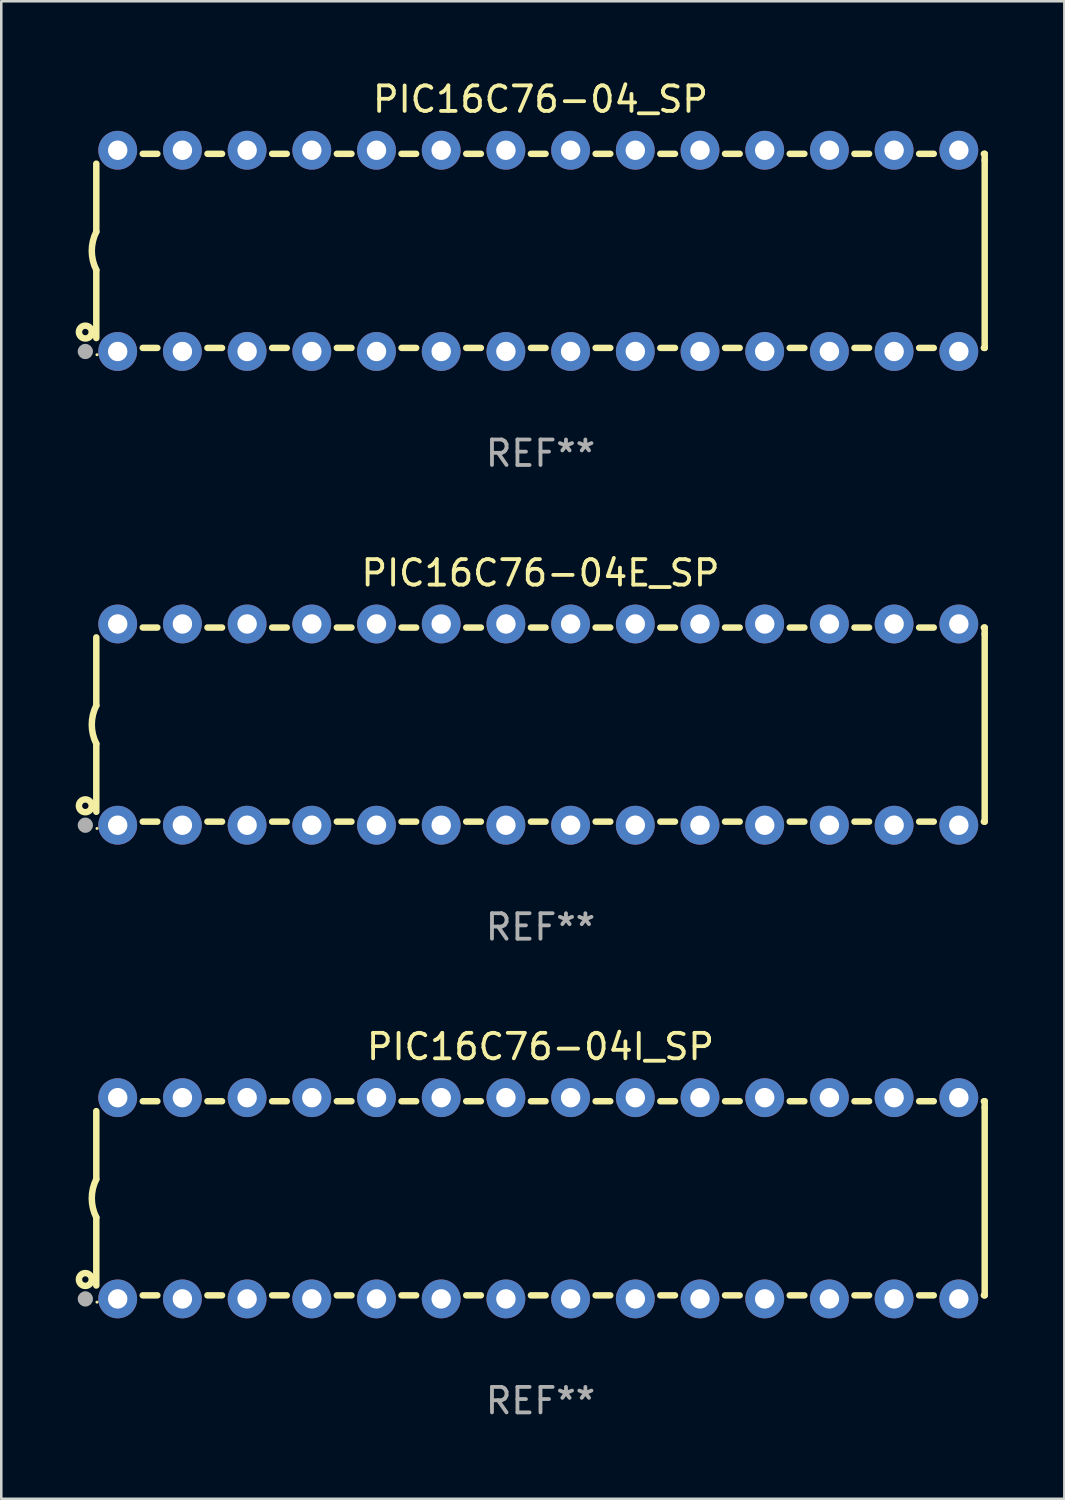
<source format=kicad_pcb>
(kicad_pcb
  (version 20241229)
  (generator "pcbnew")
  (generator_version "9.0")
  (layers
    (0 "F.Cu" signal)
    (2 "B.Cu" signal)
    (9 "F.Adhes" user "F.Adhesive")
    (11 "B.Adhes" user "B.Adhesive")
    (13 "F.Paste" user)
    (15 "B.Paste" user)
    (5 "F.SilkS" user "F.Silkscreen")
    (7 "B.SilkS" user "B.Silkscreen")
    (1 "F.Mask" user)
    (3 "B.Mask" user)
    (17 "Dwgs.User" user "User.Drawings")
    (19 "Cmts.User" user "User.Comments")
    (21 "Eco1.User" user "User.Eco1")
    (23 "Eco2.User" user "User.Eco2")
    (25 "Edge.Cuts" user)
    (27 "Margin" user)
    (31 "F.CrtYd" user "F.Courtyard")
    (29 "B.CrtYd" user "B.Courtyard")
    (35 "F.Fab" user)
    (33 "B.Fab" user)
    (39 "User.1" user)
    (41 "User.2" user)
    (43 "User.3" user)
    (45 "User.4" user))
  (footprint "PIC16C76-04_SP"
    (layer "F.Cu")
    (at 18.168 6.798)
    (property "Reference" "PIC16C76-04_SP" (at 0 -5.95 0) (layer "F.SilkS") (effects (font (size 1 1) (thickness 0.15))))
    (attr through_hole)
    (fp_line (start -17.438 0.75) (end -17.438 3.423) (stroke (width 0.254) (type solid)) (layer "F.SilkS"))
    (fp_line (start -17.438 -3.423) (end -17.438 -0.75) (stroke (width 0.254) (type solid)) (layer "F.SilkS"))
    (fp_line (start -15.615 3.81) (end -15.041 3.81) (stroke (width 0.254) (type solid)) (layer "F.SilkS"))
    (fp_line (start -15.041 -3.81) (end -15.614 -3.81) (stroke (width 0.254) (type solid)) (layer "F.SilkS"))
    (fp_line (start -13.075 3.81) (end -12.501 3.81) (stroke (width 0.254) (type solid)) (layer "F.SilkS"))
    (fp_line (start -12.501 -3.81) (end -13.074 -3.81) (stroke (width 0.254) (type solid)) (layer "F.SilkS"))
    (fp_line (start -10.535 3.81) (end -9.961 3.81) (stroke (width 0.254) (type solid)) (layer "F.SilkS"))
    (fp_line (start -9.961 -3.81) (end -10.534 -3.81) (stroke (width 0.254) (type solid)) (layer "F.SilkS"))
    (fp_line (start -7.995 3.81) (end -7.421 3.81) (stroke (width 0.254) (type solid)) (layer "F.SilkS"))
    (fp_line (start -7.421 -3.81) (end -7.995 -3.81) (stroke (width 0.254) (type solid)) (layer "F.SilkS"))
    (fp_line (start -5.455 3.81) (end -4.881 3.81) (stroke (width 0.254) (type solid)) (layer "F.SilkS"))
    (fp_line (start -4.881 -3.81) (end -5.455 -3.81) (stroke (width 0.254) (type solid)) (layer "F.SilkS"))
    (fp_line (start -2.915 3.81) (end -2.341 3.81) (stroke (width 0.254) (type solid)) (layer "F.SilkS"))
    (fp_line (start -2.341 -3.81) (end -2.915 -3.81) (stroke (width 0.254) (type solid)) (layer "F.SilkS"))
    (fp_line (start -0.375 3.81) (end 0.199 3.81) (stroke (width 0.254) (type solid)) (layer "F.SilkS"))
    (fp_line (start 0.199 -3.81) (end -0.375 -3.81) (stroke (width 0.254) (type solid)) (layer "F.SilkS"))
    (fp_line (start 2.165 3.81) (end 2.739 3.81) (stroke (width 0.254) (type solid)) (layer "F.SilkS"))
    (fp_line (start 2.739 -3.81) (end 2.165 -3.81) (stroke (width 0.254) (type solid)) (layer "F.SilkS"))
    (fp_line (start 4.705 3.81) (end 5.279 3.81) (stroke (width 0.254) (type solid)) (layer "F.SilkS"))
    (fp_line (start 5.279 -3.81) (end 4.705 -3.81) (stroke (width 0.254) (type solid)) (layer "F.SilkS"))
    (fp_line (start 7.245 3.81) (end 7.819 3.81) (stroke (width 0.254) (type solid)) (layer "F.SilkS"))
    (fp_line (start 7.819 -3.81) (end 7.245 -3.81) (stroke (width 0.254) (type solid)) (layer "F.SilkS"))
    (fp_line (start 9.785 3.81) (end 10.359 3.81) (stroke (width 0.254) (type solid)) (layer "F.SilkS"))
    (fp_line (start 10.359 -3.81) (end 9.785 -3.81) (stroke (width 0.254) (type solid)) (layer "F.SilkS"))
    (fp_line (start 12.325 3.81) (end 12.899 3.81) (stroke (width 0.254) (type solid)) (layer "F.SilkS"))
    (fp_line (start 12.899 -3.81) (end 12.325 -3.81) (stroke (width 0.254) (type solid)) (layer "F.SilkS"))
    (fp_line (start 14.865 3.81) (end 15.439 3.81) (stroke (width 0.254) (type solid)) (layer "F.SilkS"))
    (fp_line (start 15.439 -3.81) (end 14.865 -3.81) (stroke (width 0.254) (type solid)) (layer "F.SilkS"))
    (fp_line (start 17.405 3.81) (end 17.438 3.81) (stroke (width 0.254) (type solid)) (layer "F.SilkS"))
    (fp_line (start 17.438 -3.81) (end 17.405 -3.81) (stroke (width 0.254) (type solid)) (layer "F.SilkS"))
    (fp_line (start 17.438 -3.556) (end 17.438 -3.81) (stroke (width 0.254) (type solid)) (layer "F.SilkS"))
    (fp_line (start 17.438 3.81) (end 17.438 -3.556) (stroke (width 0.254) (type solid)) (layer "F.SilkS"))
    (fp_arc (start -17.437986 0.749657) (mid -17.614887 -0.000024) (end -17.437783 -0.749657) (stroke (width 0.254001) (type solid)) (layer "F.SilkS"))
    (fp_circle (center -17.868 3.188) (end -17.743 3.188) (stroke (width 0.254) (type solid)) (fill no) (layer "F.SilkS"))
    (fp_circle (center -17.411 4.077) (end -17.381 4.077) (stroke (width 0.06) (type solid)) (fill no) (layer "F.SilkS"))
    (fp_circle (center -17.868 3.95) (end -17.718 3.95) (stroke (width 0.3) (type solid)) (fill no) (layer "F.Fab"))
    (fp_text user "REF**" (at 0 7.95 0) (layer "F.Fab") (effects (font (size 1 1) (thickness 0.15))))
    (pad "1" thru_hole circle (at -16.598 3.95) (size 1.524 1.524) (drill 0.762) (layers "*.Cu" "*.Mask"))
    (pad "2" thru_hole circle (at -14.058 3.95) (size 1.524 1.524) (drill 0.762) (layers "*.Cu" "*.Mask"))
    (pad "3" thru_hole circle (at -11.518 3.95) (size 1.524 1.524) (drill 0.762) (layers "*.Cu" "*.Mask"))
    (pad "4" thru_hole circle (at -8.978 3.95) (size 1.524 1.524) (drill 0.762) (layers "*.Cu" "*.Mask"))
    (pad "5" thru_hole circle (at -6.438 3.95) (size 1.524 1.524) (drill 0.762) (layers "*.Cu" "*.Mask"))
    (pad "6" thru_hole circle (at -3.898 3.95) (size 1.524 1.524) (drill 0.762) (layers "*.Cu" "*.Mask"))
    (pad "7" thru_hole circle (at -1.358 3.95) (size 1.524 1.524) (drill 0.762) (layers "*.Cu" "*.Mask"))
    (pad "8" thru_hole circle (at 1.182 3.95) (size 1.524 1.524) (drill 0.762) (layers "*.Cu" "*.Mask"))
    (pad "9" thru_hole circle (at 3.722 3.95) (size 1.524 1.524) (drill 0.762) (layers "*.Cu" "*.Mask"))
    (pad "10" thru_hole circle (at 6.262 3.95) (size 1.524 1.524) (drill 0.762) (layers "*.Cu" "*.Mask"))
    (pad "11" thru_hole circle (at 8.802 3.95) (size 1.524 1.524) (drill 0.762) (layers "*.Cu" "*.Mask"))
    (pad "12" thru_hole circle (at 11.342 3.95) (size 1.524 1.524) (drill 0.762) (layers "*.Cu" "*.Mask"))
    (pad "13" thru_hole circle (at 13.882 3.95) (size 1.524 1.524) (drill 0.762) (layers "*.Cu" "*.Mask"))
    (pad "14" thru_hole circle (at 16.422 3.95) (size 1.524 1.524) (drill 0.762) (layers "*.Cu" "*.Mask"))
    (pad "15" thru_hole circle (at 16.422 -3.95) (size 1.524 1.524) (drill 0.762) (layers "*.Cu" "*.Mask"))
    (pad "16" thru_hole circle (at 13.882 -3.95) (size 1.524 1.524) (drill 0.762) (layers "*.Cu" "*.Mask"))
    (pad "17" thru_hole circle (at 11.342 -3.95) (size 1.524 1.524) (drill 0.762) (layers "*.Cu" "*.Mask"))
    (pad "18" thru_hole circle (at 8.802 -3.95) (size 1.524 1.524) (drill 0.762) (layers "*.Cu" "*.Mask"))
    (pad "19" thru_hole circle (at 6.262 -3.95) (size 1.524 1.524) (drill 0.762) (layers "*.Cu" "*.Mask"))
    (pad "20" thru_hole circle (at 3.722 -3.95) (size 1.524 1.524) (drill 0.762) (layers "*.Cu" "*.Mask"))
    (pad "21" thru_hole circle (at 1.182 -3.95) (size 1.524 1.524) (drill 0.762) (layers "*.Cu" "*.Mask"))
    (pad "22" thru_hole circle (at -1.358 -3.95) (size 1.524 1.524) (drill 0.762) (layers "*.Cu" "*.Mask"))
    (pad "23" thru_hole circle (at -3.898 -3.95) (size 1.524 1.524) (drill 0.762) (layers "*.Cu" "*.Mask"))
    (pad "24" thru_hole circle (at -6.438 -3.95) (size 1.524 1.524) (drill 0.762) (layers "*.Cu" "*.Mask"))
    (pad "25" thru_hole circle (at -8.978 -3.95) (size 1.524 1.524) (drill 0.762) (layers "*.Cu" "*.Mask"))
    (pad "26" thru_hole circle (at -11.517 -3.95) (size 1.524 1.524) (drill 0.762) (layers "*.Cu" "*.Mask"))
    (pad "27" thru_hole circle (at -14.057 -3.95) (size 1.524 1.524) (drill 0.762) (layers "*.Cu" "*.Mask"))
    (pad "28" thru_hole circle (at -16.597 -3.95) (size 1.524 1.524) (drill 0.762) (layers "*.Cu" "*.Mask")))
  (footprint "PIC16C76-04I_SP"
    (layer "F.Cu")
    (at 18.168 43.991)
    (property "Reference" "PIC16C76-04I_SP" (at 0 -5.95 0) (layer "F.SilkS") (effects (font (size 1 1) (thickness 0.15))))
    (attr through_hole)
    (fp_line (start -17.438 0.75) (end -17.438 3.423) (stroke (width 0.254) (type solid)) (layer "F.SilkS"))
    (fp_line (start -17.438 -3.423) (end -17.438 -0.75) (stroke (width 0.254) (type solid)) (layer "F.SilkS"))
    (fp_line (start -15.615 3.81) (end -15.041 3.81) (stroke (width 0.254) (type solid)) (layer "F.SilkS"))
    (fp_line (start -15.041 -3.81) (end -15.614 -3.81) (stroke (width 0.254) (type solid)) (layer "F.SilkS"))
    (fp_line (start -13.075 3.81) (end -12.501 3.81) (stroke (width 0.254) (type solid)) (layer "F.SilkS"))
    (fp_line (start -12.501 -3.81) (end -13.074 -3.81) (stroke (width 0.254) (type solid)) (layer "F.SilkS"))
    (fp_line (start -10.535 3.81) (end -9.961 3.81) (stroke (width 0.254) (type solid)) (layer "F.SilkS"))
    (fp_line (start -9.961 -3.81) (end -10.534 -3.81) (stroke (width 0.254) (type solid)) (layer "F.SilkS"))
    (fp_line (start -7.995 3.81) (end -7.421 3.81) (stroke (width 0.254) (type solid)) (layer "F.SilkS"))
    (fp_line (start -7.421 -3.81) (end -7.995 -3.81) (stroke (width 0.254) (type solid)) (layer "F.SilkS"))
    (fp_line (start -5.455 3.81) (end -4.881 3.81) (stroke (width 0.254) (type solid)) (layer "F.SilkS"))
    (fp_line (start -4.881 -3.81) (end -5.455 -3.81) (stroke (width 0.254) (type solid)) (layer "F.SilkS"))
    (fp_line (start -2.915 3.81) (end -2.341 3.81) (stroke (width 0.254) (type solid)) (layer "F.SilkS"))
    (fp_line (start -2.341 -3.81) (end -2.915 -3.81) (stroke (width 0.254) (type solid)) (layer "F.SilkS"))
    (fp_line (start -0.375 3.81) (end 0.199 3.81) (stroke (width 0.254) (type solid)) (layer "F.SilkS"))
    (fp_line (start 0.199 -3.81) (end -0.375 -3.81) (stroke (width 0.254) (type solid)) (layer "F.SilkS"))
    (fp_line (start 2.165 3.81) (end 2.739 3.81) (stroke (width 0.254) (type solid)) (layer "F.SilkS"))
    (fp_line (start 2.739 -3.81) (end 2.165 -3.81) (stroke (width 0.254) (type solid)) (layer "F.SilkS"))
    (fp_line (start 4.705 3.81) (end 5.279 3.81) (stroke (width 0.254) (type solid)) (layer "F.SilkS"))
    (fp_line (start 5.279 -3.81) (end 4.705 -3.81) (stroke (width 0.254) (type solid)) (layer "F.SilkS"))
    (fp_line (start 7.245 3.81) (end 7.819 3.81) (stroke (width 0.254) (type solid)) (layer "F.SilkS"))
    (fp_line (start 7.819 -3.81) (end 7.245 -3.81) (stroke (width 0.254) (type solid)) (layer "F.SilkS"))
    (fp_line (start 9.785 3.81) (end 10.359 3.81) (stroke (width 0.254) (type solid)) (layer "F.SilkS"))
    (fp_line (start 10.359 -3.81) (end 9.785 -3.81) (stroke (width 0.254) (type solid)) (layer "F.SilkS"))
    (fp_line (start 12.325 3.81) (end 12.899 3.81) (stroke (width 0.254) (type solid)) (layer "F.SilkS"))
    (fp_line (start 12.899 -3.81) (end 12.325 -3.81) (stroke (width 0.254) (type solid)) (layer "F.SilkS"))
    (fp_line (start 14.865 3.81) (end 15.439 3.81) (stroke (width 0.254) (type solid)) (layer "F.SilkS"))
    (fp_line (start 15.439 -3.81) (end 14.865 -3.81) (stroke (width 0.254) (type solid)) (layer "F.SilkS"))
    (fp_line (start 17.405 3.81) (end 17.438 3.81) (stroke (width 0.254) (type solid)) (layer "F.SilkS"))
    (fp_line (start 17.438 -3.81) (end 17.405 -3.81) (stroke (width 0.254) (type solid)) (layer "F.SilkS"))
    (fp_line (start 17.438 -3.556) (end 17.438 -3.81) (stroke (width 0.254) (type solid)) (layer "F.SilkS"))
    (fp_line (start 17.438 3.81) (end 17.438 -3.556) (stroke (width 0.254) (type solid)) (layer "F.SilkS"))
    (fp_arc (start -17.437986 0.749657) (mid -17.614887 -0.000024) (end -17.437783 -0.749657) (stroke (width 0.254001) (type solid)) (layer "F.SilkS"))
    (fp_circle (center -17.868 3.188) (end -17.743 3.188) (stroke (width 0.254) (type solid)) (fill no) (layer "F.SilkS"))
    (fp_circle (center -17.411 4.077) (end -17.381 4.077) (stroke (width 0.06) (type solid)) (fill no) (layer "F.SilkS"))
    (fp_circle (center -17.868 3.95) (end -17.718 3.95) (stroke (width 0.3) (type solid)) (fill no) (layer "F.Fab"))
    (fp_text user "REF**" (at 0 7.95 0) (layer "F.Fab") (effects (font (size 1 1) (thickness 0.15))))
    (pad "1" thru_hole circle (at -16.598 3.95) (size 1.524 1.524) (drill 0.762) (layers "*.Cu" "*.Mask"))
    (pad "2" thru_hole circle (at -14.058 3.95) (size 1.524 1.524) (drill 0.762) (layers "*.Cu" "*.Mask"))
    (pad "3" thru_hole circle (at -11.518 3.95) (size 1.524 1.524) (drill 0.762) (layers "*.Cu" "*.Mask"))
    (pad "4" thru_hole circle (at -8.978 3.95) (size 1.524 1.524) (drill 0.762) (layers "*.Cu" "*.Mask"))
    (pad "5" thru_hole circle (at -6.438 3.95) (size 1.524 1.524) (drill 0.762) (layers "*.Cu" "*.Mask"))
    (pad "6" thru_hole circle (at -3.898 3.95) (size 1.524 1.524) (drill 0.762) (layers "*.Cu" "*.Mask"))
    (pad "7" thru_hole circle (at -1.358 3.95) (size 1.524 1.524) (drill 0.762) (layers "*.Cu" "*.Mask"))
    (pad "8" thru_hole circle (at 1.182 3.95) (size 1.524 1.524) (drill 0.762) (layers "*.Cu" "*.Mask"))
    (pad "9" thru_hole circle (at 3.722 3.95) (size 1.524 1.524) (drill 0.762) (layers "*.Cu" "*.Mask"))
    (pad "10" thru_hole circle (at 6.262 3.95) (size 1.524 1.524) (drill 0.762) (layers "*.Cu" "*.Mask"))
    (pad "11" thru_hole circle (at 8.802 3.95) (size 1.524 1.524) (drill 0.762) (layers "*.Cu" "*.Mask"))
    (pad "12" thru_hole circle (at 11.342 3.95) (size 1.524 1.524) (drill 0.762) (layers "*.Cu" "*.Mask"))
    (pad "13" thru_hole circle (at 13.882 3.95) (size 1.524 1.524) (drill 0.762) (layers "*.Cu" "*.Mask"))
    (pad "14" thru_hole circle (at 16.422 3.95) (size 1.524 1.524) (drill 0.762) (layers "*.Cu" "*.Mask"))
    (pad "15" thru_hole circle (at 16.422 -3.95) (size 1.524 1.524) (drill 0.762) (layers "*.Cu" "*.Mask"))
    (pad "16" thru_hole circle (at 13.882 -3.95) (size 1.524 1.524) (drill 0.762) (layers "*.Cu" "*.Mask"))
    (pad "17" thru_hole circle (at 11.342 -3.95) (size 1.524 1.524) (drill 0.762) (layers "*.Cu" "*.Mask"))
    (pad "18" thru_hole circle (at 8.802 -3.95) (size 1.524 1.524) (drill 0.762) (layers "*.Cu" "*.Mask"))
    (pad "19" thru_hole circle (at 6.262 -3.95) (size 1.524 1.524) (drill 0.762) (layers "*.Cu" "*.Mask"))
    (pad "20" thru_hole circle (at 3.722 -3.95) (size 1.524 1.524) (drill 0.762) (layers "*.Cu" "*.Mask"))
    (pad "21" thru_hole circle (at 1.182 -3.95) (size 1.524 1.524) (drill 0.762) (layers "*.Cu" "*.Mask"))
    (pad "22" thru_hole circle (at -1.358 -3.95) (size 1.524 1.524) (drill 0.762) (layers "*.Cu" "*.Mask"))
    (pad "23" thru_hole circle (at -3.898 -3.95) (size 1.524 1.524) (drill 0.762) (layers "*.Cu" "*.Mask"))
    (pad "24" thru_hole circle (at -6.438 -3.95) (size 1.524 1.524) (drill 0.762) (layers "*.Cu" "*.Mask"))
    (pad "25" thru_hole circle (at -8.978 -3.95) (size 1.524 1.524) (drill 0.762) (layers "*.Cu" "*.Mask"))
    (pad "26" thru_hole circle (at -11.517 -3.95) (size 1.524 1.524) (drill 0.762) (layers "*.Cu" "*.Mask"))
    (pad "27" thru_hole circle (at -14.057 -3.95) (size 1.524 1.524) (drill 0.762) (layers "*.Cu" "*.Mask"))
    (pad "28" thru_hole circle (at -16.597 -3.95) (size 1.524 1.524) (drill 0.762) (layers "*.Cu" "*.Mask")))
  (footprint "PIC16C76-04E_SP"
    (layer "F.Cu")
    (at 18.168 25.395)
    (property "Reference" "PIC16C76-04E_SP" (at 0 -5.95 0) (layer "F.SilkS") (effects (font (size 1 1) (thickness 0.15))))
    (attr through_hole)
    (fp_line (start -17.438 0.75) (end -17.438 3.423) (stroke (width 0.254) (type solid)) (layer "F.SilkS"))
    (fp_line (start -17.438 -3.423) (end -17.438 -0.75) (stroke (width 0.254) (type solid)) (layer "F.SilkS"))
    (fp_line (start -15.615 3.81) (end -15.041 3.81) (stroke (width 0.254) (type solid)) (layer "F.SilkS"))
    (fp_line (start -15.041 -3.81) (end -15.614 -3.81) (stroke (width 0.254) (type solid)) (layer "F.SilkS"))
    (fp_line (start -13.075 3.81) (end -12.501 3.81) (stroke (width 0.254) (type solid)) (layer "F.SilkS"))
    (fp_line (start -12.501 -3.81) (end -13.074 -3.81) (stroke (width 0.254) (type solid)) (layer "F.SilkS"))
    (fp_line (start -10.535 3.81) (end -9.961 3.81) (stroke (width 0.254) (type solid)) (layer "F.SilkS"))
    (fp_line (start -9.961 -3.81) (end -10.534 -3.81) (stroke (width 0.254) (type solid)) (layer "F.SilkS"))
    (fp_line (start -7.995 3.81) (end -7.421 3.81) (stroke (width 0.254) (type solid)) (layer "F.SilkS"))
    (fp_line (start -7.421 -3.81) (end -7.995 -3.81) (stroke (width 0.254) (type solid)) (layer "F.SilkS"))
    (fp_line (start -5.455 3.81) (end -4.881 3.81) (stroke (width 0.254) (type solid)) (layer "F.SilkS"))
    (fp_line (start -4.881 -3.81) (end -5.455 -3.81) (stroke (width 0.254) (type solid)) (layer "F.SilkS"))
    (fp_line (start -2.915 3.81) (end -2.341 3.81) (stroke (width 0.254) (type solid)) (layer "F.SilkS"))
    (fp_line (start -2.341 -3.81) (end -2.915 -3.81) (stroke (width 0.254) (type solid)) (layer "F.SilkS"))
    (fp_line (start -0.375 3.81) (end 0.199 3.81) (stroke (width 0.254) (type solid)) (layer "F.SilkS"))
    (fp_line (start 0.199 -3.81) (end -0.375 -3.81) (stroke (width 0.254) (type solid)) (layer "F.SilkS"))
    (fp_line (start 2.165 3.81) (end 2.739 3.81) (stroke (width 0.254) (type solid)) (layer "F.SilkS"))
    (fp_line (start 2.739 -3.81) (end 2.165 -3.81) (stroke (width 0.254) (type solid)) (layer "F.SilkS"))
    (fp_line (start 4.705 3.81) (end 5.279 3.81) (stroke (width 0.254) (type solid)) (layer "F.SilkS"))
    (fp_line (start 5.279 -3.81) (end 4.705 -3.81) (stroke (width 0.254) (type solid)) (layer "F.SilkS"))
    (fp_line (start 7.245 3.81) (end 7.819 3.81) (stroke (width 0.254) (type solid)) (layer "F.SilkS"))
    (fp_line (start 7.819 -3.81) (end 7.245 -3.81) (stroke (width 0.254) (type solid)) (layer "F.SilkS"))
    (fp_line (start 9.785 3.81) (end 10.359 3.81) (stroke (width 0.254) (type solid)) (layer "F.SilkS"))
    (fp_line (start 10.359 -3.81) (end 9.785 -3.81) (stroke (width 0.254) (type solid)) (layer "F.SilkS"))
    (fp_line (start 12.325 3.81) (end 12.899 3.81) (stroke (width 0.254) (type solid)) (layer "F.SilkS"))
    (fp_line (start 12.899 -3.81) (end 12.325 -3.81) (stroke (width 0.254) (type solid)) (layer "F.SilkS"))
    (fp_line (start 14.865 3.81) (end 15.439 3.81) (stroke (width 0.254) (type solid)) (layer "F.SilkS"))
    (fp_line (start 15.439 -3.81) (end 14.865 -3.81) (stroke (width 0.254) (type solid)) (layer "F.SilkS"))
    (fp_line (start 17.405 3.81) (end 17.438 3.81) (stroke (width 0.254) (type solid)) (layer "F.SilkS"))
    (fp_line (start 17.438 -3.81) (end 17.405 -3.81) (stroke (width 0.254) (type solid)) (layer "F.SilkS"))
    (fp_line (start 17.438 -3.556) (end 17.438 -3.81) (stroke (width 0.254) (type solid)) (layer "F.SilkS"))
    (fp_line (start 17.438 3.81) (end 17.438 -3.556) (stroke (width 0.254) (type solid)) (layer "F.SilkS"))
    (fp_arc (start -17.437986 0.749657) (mid -17.614887 -0.000024) (end -17.437783 -0.749657) (stroke (width 0.254001) (type solid)) (layer "F.SilkS"))
    (fp_circle (center -17.868 3.188) (end -17.743 3.188) (stroke (width 0.254) (type solid)) (fill no) (layer "F.SilkS"))
    (fp_circle (center -17.411 4.077) (end -17.381 4.077) (stroke (width 0.06) (type solid)) (fill no) (layer "F.SilkS"))
    (fp_circle (center -17.868 3.95) (end -17.718 3.95) (stroke (width 0.3) (type solid)) (fill no) (layer "F.Fab"))
    (fp_text user "REF**" (at 0 7.95 0) (layer "F.Fab") (effects (font (size 1 1) (thickness 0.15))))
    (pad "1" thru_hole circle (at -16.598 3.95) (size 1.524 1.524) (drill 0.762) (layers "*.Cu" "*.Mask"))
    (pad "2" thru_hole circle (at -14.058 3.95) (size 1.524 1.524) (drill 0.762) (layers "*.Cu" "*.Mask"))
    (pad "3" thru_hole circle (at -11.518 3.95) (size 1.524 1.524) (drill 0.762) (layers "*.Cu" "*.Mask"))
    (pad "4" thru_hole circle (at -8.978 3.95) (size 1.524 1.524) (drill 0.762) (layers "*.Cu" "*.Mask"))
    (pad "5" thru_hole circle (at -6.438 3.95) (size 1.524 1.524) (drill 0.762) (layers "*.Cu" "*.Mask"))
    (pad "6" thru_hole circle (at -3.898 3.95) (size 1.524 1.524) (drill 0.762) (layers "*.Cu" "*.Mask"))
    (pad "7" thru_hole circle (at -1.358 3.95) (size 1.524 1.524) (drill 0.762) (layers "*.Cu" "*.Mask"))
    (pad "8" thru_hole circle (at 1.182 3.95) (size 1.524 1.524) (drill 0.762) (layers "*.Cu" "*.Mask"))
    (pad "9" thru_hole circle (at 3.722 3.95) (size 1.524 1.524) (drill 0.762) (layers "*.Cu" "*.Mask"))
    (pad "10" thru_hole circle (at 6.262 3.95) (size 1.524 1.524) (drill 0.762) (layers "*.Cu" "*.Mask"))
    (pad "11" thru_hole circle (at 8.802 3.95) (size 1.524 1.524) (drill 0.762) (layers "*.Cu" "*.Mask"))
    (pad "12" thru_hole circle (at 11.342 3.95) (size 1.524 1.524) (drill 0.762) (layers "*.Cu" "*.Mask"))
    (pad "13" thru_hole circle (at 13.882 3.95) (size 1.524 1.524) (drill 0.762) (layers "*.Cu" "*.Mask"))
    (pad "14" thru_hole circle (at 16.422 3.95) (size 1.524 1.524) (drill 0.762) (layers "*.Cu" "*.Mask"))
    (pad "15" thru_hole circle (at 16.422 -3.95) (size 1.524 1.524) (drill 0.762) (layers "*.Cu" "*.Mask"))
    (pad "16" thru_hole circle (at 13.882 -3.95) (size 1.524 1.524) (drill 0.762) (layers "*.Cu" "*.Mask"))
    (pad "17" thru_hole circle (at 11.342 -3.95) (size 1.524 1.524) (drill 0.762) (layers "*.Cu" "*.Mask"))
    (pad "18" thru_hole circle (at 8.802 -3.95) (size 1.524 1.524) (drill 0.762) (layers "*.Cu" "*.Mask"))
    (pad "19" thru_hole circle (at 6.262 -3.95) (size 1.524 1.524) (drill 0.762) (layers "*.Cu" "*.Mask"))
    (pad "20" thru_hole circle (at 3.722 -3.95) (size 1.524 1.524) (drill 0.762) (layers "*.Cu" "*.Mask"))
    (pad "21" thru_hole circle (at 1.182 -3.95) (size 1.524 1.524) (drill 0.762) (layers "*.Cu" "*.Mask"))
    (pad "22" thru_hole circle (at -1.358 -3.95) (size 1.524 1.524) (drill 0.762) (layers "*.Cu" "*.Mask"))
    (pad "23" thru_hole circle (at -3.898 -3.95) (size 1.524 1.524) (drill 0.762) (layers "*.Cu" "*.Mask"))
    (pad "24" thru_hole circle (at -6.438 -3.95) (size 1.524 1.524) (drill 0.762) (layers "*.Cu" "*.Mask"))
    (pad "25" thru_hole circle (at -8.978 -3.95) (size 1.524 1.524) (drill 0.762) (layers "*.Cu" "*.Mask"))
    (pad "26" thru_hole circle (at -11.517 -3.95) (size 1.524 1.524) (drill 0.762) (layers "*.Cu" "*.Mask"))
    (pad "27" thru_hole circle (at -14.057 -3.95) (size 1.524 1.524) (drill 0.762) (layers "*.Cu" "*.Mask"))
    (pad "28" thru_hole circle (at -16.597 -3.95) (size 1.524 1.524) (drill 0.762) (layers "*.Cu" "*.Mask")))
  (gr_rect
    (start -3 -3)
    (end 38.733 55.789)
    (stroke (width 0.1) (type default))
    (fill no)
    (layer "Edge.Cuts")))
</source>
